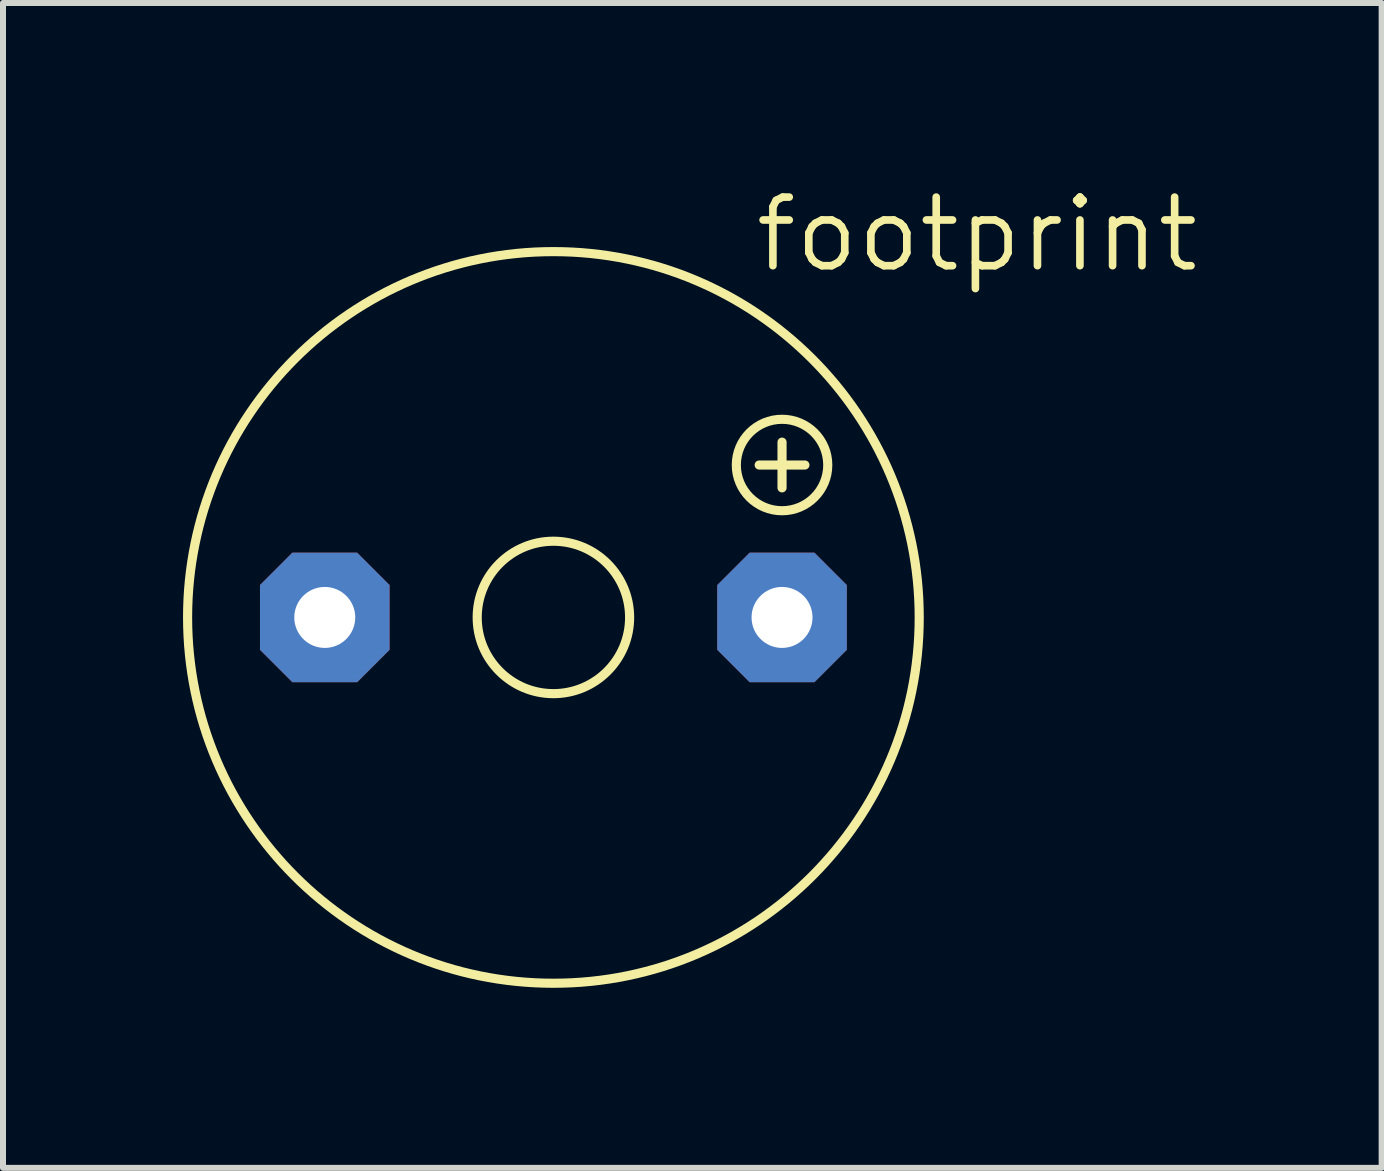
<source format=kicad_pcb>
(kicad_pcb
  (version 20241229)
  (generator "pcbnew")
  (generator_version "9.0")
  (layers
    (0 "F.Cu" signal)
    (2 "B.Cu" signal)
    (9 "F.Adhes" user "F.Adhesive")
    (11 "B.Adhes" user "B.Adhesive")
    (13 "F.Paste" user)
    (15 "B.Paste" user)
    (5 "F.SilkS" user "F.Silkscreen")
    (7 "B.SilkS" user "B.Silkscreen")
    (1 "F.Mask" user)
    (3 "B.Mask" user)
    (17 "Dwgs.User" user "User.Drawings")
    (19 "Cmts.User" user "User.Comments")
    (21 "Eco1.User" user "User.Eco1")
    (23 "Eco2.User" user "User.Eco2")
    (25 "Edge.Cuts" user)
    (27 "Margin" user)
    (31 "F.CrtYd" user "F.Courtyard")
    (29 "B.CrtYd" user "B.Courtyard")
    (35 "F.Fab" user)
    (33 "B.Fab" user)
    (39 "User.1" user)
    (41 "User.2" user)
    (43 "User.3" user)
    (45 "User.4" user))
  (footprint "footprint"
    (layer "F.Cu")
    (at 6.172 7.239)
    (property "Reference" "footprint" (at 3.302 -5.715 0) (layer "F.SilkS") (effects (font (size 1.143 1.143) (thickness 0.127)) (justify left bottom)))
    (fp_line (start 3.429 -2.54) (end 4.191 -2.54) (stroke (width 0.152) (type solid)) (layer "F.SilkS"))
    (fp_line (start 3.81 -2.159) (end 3.81 -2.921) (stroke (width 0.152) (type solid)) (layer "F.SilkS"))
    (fp_circle (center 0 0) (end 1.27 0) (stroke (width 0.152) (type solid)) (fill no) (layer "F.SilkS"))
    (fp_circle (center 0 0) (end 6.096 0) (stroke (width 0.152) (type solid)) (fill no) (layer "F.SilkS"))
    (fp_circle (center 3.81 -2.54) (end 4.572 -2.54) (stroke (width 0.152) (type solid)) (fill no) (layer "F.SilkS"))
    (pad "+" thru_hole roundrect (at 3.81 0) (size 2.159 2.159) (drill 1.016) (layers "*.Cu" "*.Mask") (roundrect_rratio 0.25) (chamfer_ratio 0.25) (chamfer top_left top_right bottom_left bottom_right))
    (pad "-" thru_hole roundrect (at -3.81 0) (size 2.159 2.159) (drill 1.016) (layers "*.Cu" "*.Mask") (roundrect_rratio 0.25) (chamfer_ratio 0.25) (chamfer top_left top_right bottom_left bottom_right)))
  (gr_rect
    (start -3 -3)
    (end 19.974 16.411)
    (stroke (width 0.1) (type default))
    (fill no)
    (layer "Edge.Cuts")))
</source>
